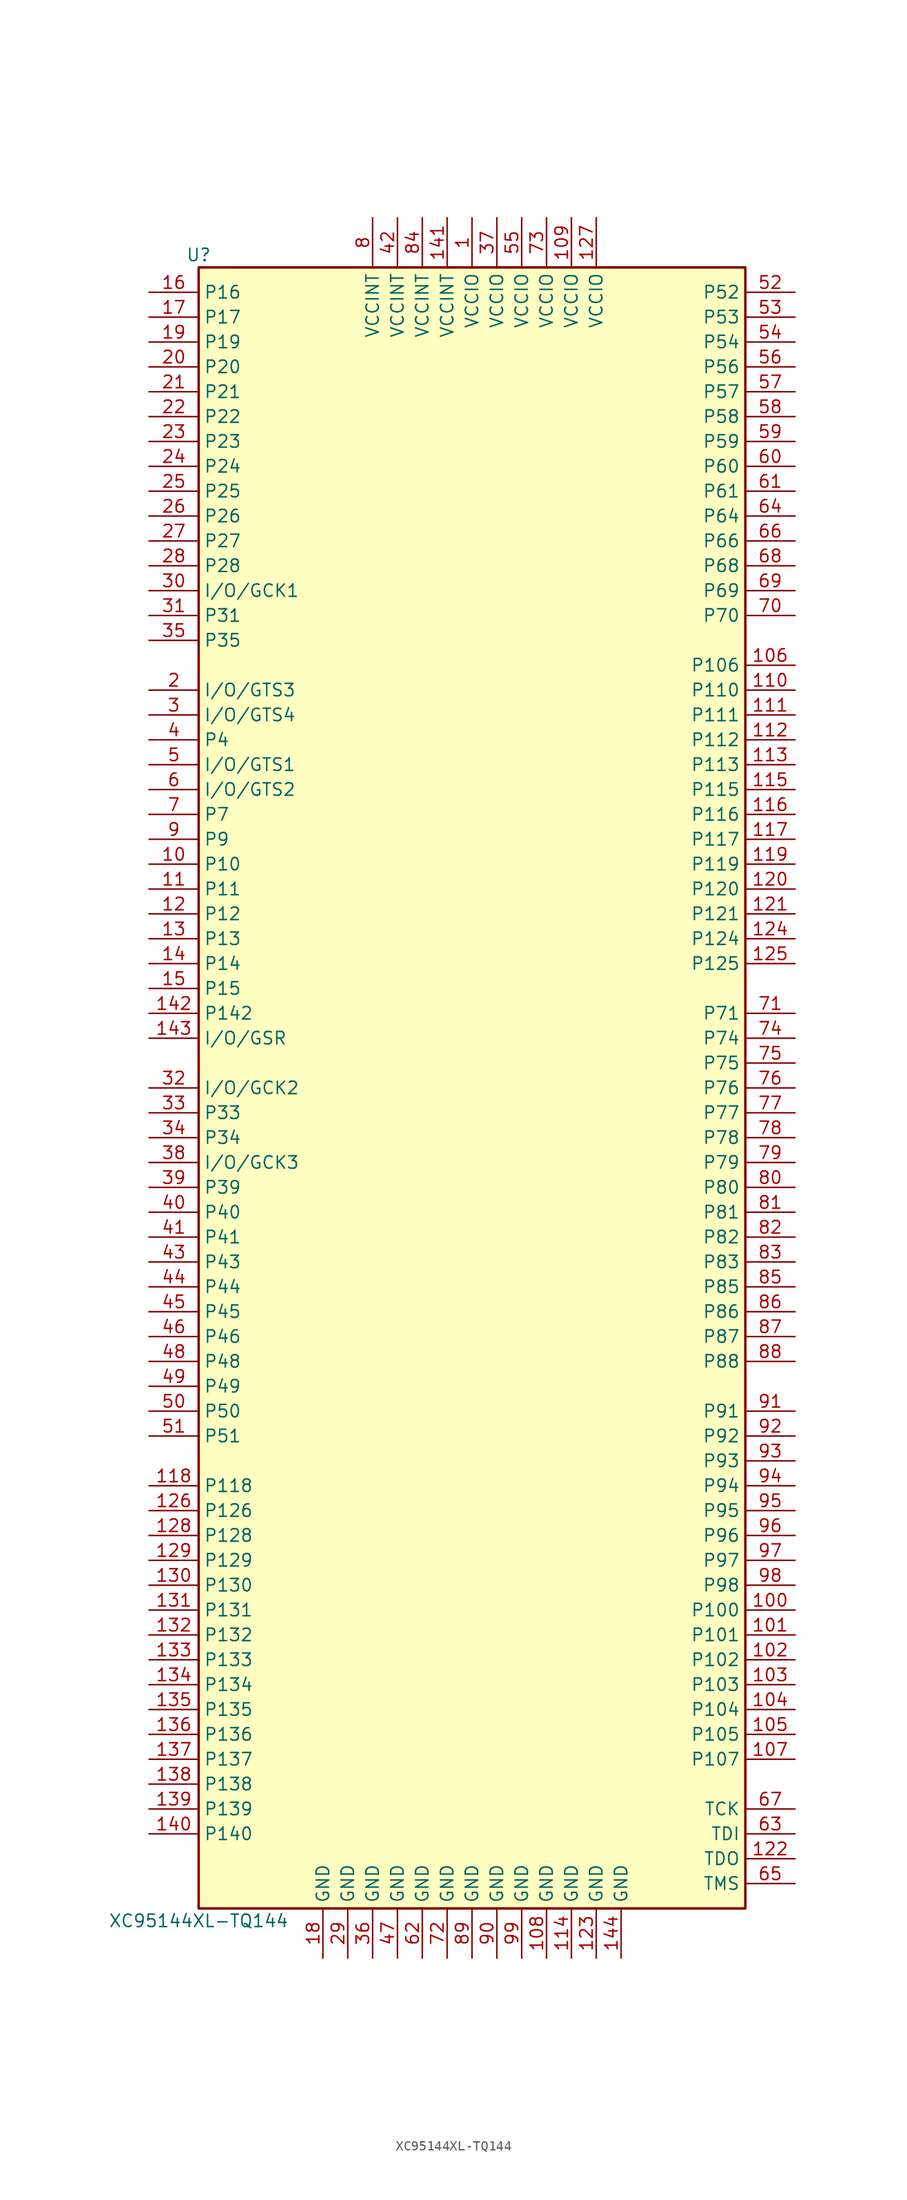
<source format=kicad_sym>
(kicad_symbol_lib
  (version 20241209)
  (generator "kicad_symbol_editor")
  (generator_version "9.0")
  (symbol "XC95144XL-TQ144"
    (property "Reference" "U"
      (at -27.94 85.09 0)
      (effects (font (size 1.27 1.27))))
    (property "Value" "XC95144XL-TQ144"
      (at -27.94 -85.09 0)
      (effects (font (size 1.27 1.27))))
    (symbol "XC95144XL-TQ144_1_1"
      (rectangle (start -27.94 83.82) (end 27.94 -83.82) (stroke (width 0.254) (type default)) (fill (type background)))
      (pin bidirectional line (at -33.02 81.28 0) (length 5.08) (name "P16" (effects (font (size 1.27 1.27)))) (number "16" (effects (font (size 1.27 1.27)))))
      (pin bidirectional line (at -33.02 78.74 0) (length 5.08) (name "P17" (effects (font (size 1.27 1.27)))) (number "17" (effects (font (size 1.27 1.27)))))
      (pin bidirectional line (at -33.02 76.2 0) (length 5.08) (name "P19" (effects (font (size 1.27 1.27)))) (number "19" (effects (font (size 1.27 1.27)))))
      (pin bidirectional line (at -33.02 73.66 0) (length 5.08) (name "P20" (effects (font (size 1.27 1.27)))) (number "20" (effects (font (size 1.27 1.27)))))
      (pin bidirectional line (at -33.02 71.12 0) (length 5.08) (name "P21" (effects (font (size 1.27 1.27)))) (number "21" (effects (font (size 1.27 1.27)))))
      (pin bidirectional line (at -33.02 68.58 0) (length 5.08) (name "P22" (effects (font (size 1.27 1.27)))) (number "22" (effects (font (size 1.27 1.27)))))
      (pin bidirectional line (at -33.02 66.04 0) (length 5.08) (name "P23" (effects (font (size 1.27 1.27)))) (number "23" (effects (font (size 1.27 1.27)))))
      (pin bidirectional line (at -33.02 63.5 0) (length 5.08) (name "P24" (effects (font (size 1.27 1.27)))) (number "24" (effects (font (size 1.27 1.27)))))
      (pin bidirectional line (at -33.02 60.96 0) (length 5.08) (name "P25" (effects (font (size 1.27 1.27)))) (number "25" (effects (font (size 1.27 1.27)))))
      (pin bidirectional line (at -33.02 58.42 0) (length 5.08) (name "P26" (effects (font (size 1.27 1.27)))) (number "26" (effects (font (size 1.27 1.27)))))
      (pin bidirectional line (at -33.02 55.88 0) (length 5.08) (name "P27" (effects (font (size 1.27 1.27)))) (number "27" (effects (font (size 1.27 1.27)))))
      (pin bidirectional line (at -33.02 53.34 0) (length 5.08) (name "P28" (effects (font (size 1.27 1.27)))) (number "28" (effects (font (size 1.27 1.27)))))
      (pin bidirectional line (at -33.02 50.8 0) (length 5.08) (name "I/O/GCK1" (effects (font (size 1.27 1.27)))) (number "30" (effects (font (size 1.27 1.27)))))
      (pin bidirectional line (at -33.02 48.26 0) (length 5.08) (name "P31" (effects (font (size 1.27 1.27)))) (number "31" (effects (font (size 1.27 1.27)))))
      (pin bidirectional line (at -33.02 45.72 0) (length 5.08) (name "P35" (effects (font (size 1.27 1.27)))) (number "35" (effects (font (size 1.27 1.27)))))
      (pin bidirectional line (at -33.02 40.64 0) (length 5.08) (name "I/O/GTS3" (effects (font (size 1.27 1.27)))) (number "2" (effects (font (size 1.27 1.27)))))
      (pin bidirectional line (at -33.02 38.1 0) (length 5.08) (name "I/O/GTS4" (effects (font (size 1.27 1.27)))) (number "3" (effects (font (size 1.27 1.27)))))
      (pin bidirectional line (at -33.02 35.56 0) (length 5.08) (name "P4" (effects (font (size 1.27 1.27)))) (number "4" (effects (font (size 1.27 1.27)))))
      (pin bidirectional line (at -33.02 33.02 0) (length 5.08) (name "I/O/GTS1" (effects (font (size 1.27 1.27)))) (number "5" (effects (font (size 1.27 1.27)))))
      (pin bidirectional line (at -33.02 30.48 0) (length 5.08) (name "I/O/GTS2" (effects (font (size 1.27 1.27)))) (number "6" (effects (font (size 1.27 1.27)))))
      (pin bidirectional line (at -33.02 27.94 0) (length 5.08) (name "P7" (effects (font (size 1.27 1.27)))) (number "7" (effects (font (size 1.27 1.27)))))
      (pin bidirectional line (at -33.02 25.4 0) (length 5.08) (name "P9" (effects (font (size 1.27 1.27)))) (number "9" (effects (font (size 1.27 1.27)))))
      (pin bidirectional line (at -33.02 22.86 0) (length 5.08) (name "P10" (effects (font (size 1.27 1.27)))) (number "10" (effects (font (size 1.27 1.27)))))
      (pin bidirectional line (at -33.02 20.32 0) (length 5.08) (name "P11" (effects (font (size 1.27 1.27)))) (number "11" (effects (font (size 1.27 1.27)))))
      (pin bidirectional line (at -33.02 17.78 0) (length 5.08) (name "P12" (effects (font (size 1.27 1.27)))) (number "12" (effects (font (size 1.27 1.27)))))
      (pin bidirectional line (at -33.02 15.24 0) (length 5.08) (name "P13" (effects (font (size 1.27 1.27)))) (number "13" (effects (font (size 1.27 1.27)))))
      (pin bidirectional line (at -33.02 12.7 0) (length 5.08) (name "P14" (effects (font (size 1.27 1.27)))) (number "14" (effects (font (size 1.27 1.27)))))
      (pin bidirectional line (at -33.02 10.16 0) (length 5.08) (name "P15" (effects (font (size 1.27 1.27)))) (number "15" (effects (font (size 1.27 1.27)))))
      (pin bidirectional line (at -33.02 7.62 0) (length 5.08) (name "P142" (effects (font (size 1.27 1.27)))) (number "142" (effects (font (size 1.27 1.27)))))
      (pin bidirectional line (at -33.02 5.08 0) (length 5.08) (name "I/O/GSR" (effects (font (size 1.27 1.27)))) (number "143" (effects (font (size 1.27 1.27)))))
      (pin bidirectional line (at -33.02 0 0) (length 5.08) (name "I/O/GCK2" (effects (font (size 1.27 1.27)))) (number "32" (effects (font (size 1.27 1.27)))))
      (pin bidirectional line (at -33.02 -2.54 0) (length 5.08) (name "P33" (effects (font (size 1.27 1.27)))) (number "33" (effects (font (size 1.27 1.27)))))
      (pin bidirectional line (at -33.02 -5.08 0) (length 5.08) (name "P34" (effects (font (size 1.27 1.27)))) (number "34" (effects (font (size 1.27 1.27)))))
      (pin bidirectional line (at -33.02 -7.62 0) (length 5.08) (name "I/O/GCK3" (effects (font (size 1.27 1.27)))) (number "38" (effects (font (size 1.27 1.27)))))
      (pin bidirectional line (at -33.02 -10.16 0) (length 5.08) (name "P39" (effects (font (size 1.27 1.27)))) (number "39" (effects (font (size 1.27 1.27)))))
      (pin bidirectional line (at -33.02 -12.7 0) (length 5.08) (name "P40" (effects (font (size 1.27 1.27)))) (number "40" (effects (font (size 1.27 1.27)))))
      (pin bidirectional line (at -33.02 -15.24 0) (length 5.08) (name "P41" (effects (font (size 1.27 1.27)))) (number "41" (effects (font (size 1.27 1.27)))))
      (pin bidirectional line (at -33.02 -17.78 0) (length 5.08) (name "P43" (effects (font (size 1.27 1.27)))) (number "43" (effects (font (size 1.27 1.27)))))
      (pin bidirectional line (at -33.02 -20.32 0) (length 5.08) (name "P44" (effects (font (size 1.27 1.27)))) (number "44" (effects (font (size 1.27 1.27)))))
      (pin bidirectional line (at -33.02 -22.86 0) (length 5.08) (name "P45" (effects (font (size 1.27 1.27)))) (number "45" (effects (font (size 1.27 1.27)))))
      (pin bidirectional line (at -33.02 -25.4 0) (length 5.08) (name "P46" (effects (font (size 1.27 1.27)))) (number "46" (effects (font (size 1.27 1.27)))))
      (pin bidirectional line (at -33.02 -27.94 0) (length 5.08) (name "P48" (effects (font (size 1.27 1.27)))) (number "48" (effects (font (size 1.27 1.27)))))
      (pin bidirectional line (at -33.02 -30.48 0) (length 5.08) (name "P49" (effects (font (size 1.27 1.27)))) (number "49" (effects (font (size 1.27 1.27)))))
      (pin bidirectional line (at -33.02 -33.02 0) (length 5.08) (name "P50" (effects (font (size 1.27 1.27)))) (number "50" (effects (font (size 1.27 1.27)))))
      (pin bidirectional line (at -33.02 -35.56 0) (length 5.08) (name "P51" (effects (font (size 1.27 1.27)))) (number "51" (effects (font (size 1.27 1.27)))))
      (pin bidirectional line (at -33.02 -40.64 0) (length 5.08) (name "P118" (effects (font (size 1.27 1.27)))) (number "118" (effects (font (size 1.27 1.27)))))
      (pin bidirectional line (at -33.02 -43.18 0) (length 5.08) (name "P126" (effects (font (size 1.27 1.27)))) (number "126" (effects (font (size 1.27 1.27)))))
      (pin bidirectional line (at -33.02 -45.72 0) (length 5.08) (name "P128" (effects (font (size 1.27 1.27)))) (number "128" (effects (font (size 1.27 1.27)))))
      (pin bidirectional line (at -33.02 -48.26 0) (length 5.08) (name "P129" (effects (font (size 1.27 1.27)))) (number "129" (effects (font (size 1.27 1.27)))))
      (pin bidirectional line (at -33.02 -50.8 0) (length 5.08) (name "P130" (effects (font (size 1.27 1.27)))) (number "130" (effects (font (size 1.27 1.27)))))
      (pin bidirectional line (at -33.02 -53.34 0) (length 5.08) (name "P131" (effects (font (size 1.27 1.27)))) (number "131" (effects (font (size 1.27 1.27)))))
      (pin bidirectional line (at -33.02 -55.88 0) (length 5.08) (name "P132" (effects (font (size 1.27 1.27)))) (number "132" (effects (font (size 1.27 1.27)))))
      (pin bidirectional line (at -33.02 -58.42 0) (length 5.08) (name "P133" (effects (font (size 1.27 1.27)))) (number "133" (effects (font (size 1.27 1.27)))))
      (pin bidirectional line (at -33.02 -60.96 0) (length 5.08) (name "P134" (effects (font (size 1.27 1.27)))) (number "134" (effects (font (size 1.27 1.27)))))
      (pin bidirectional line (at -33.02 -63.5 0) (length 5.08) (name "P135" (effects (font (size 1.27 1.27)))) (number "135" (effects (font (size 1.27 1.27)))))
      (pin bidirectional line (at -33.02 -66.04 0) (length 5.08) (name "P136" (effects (font (size 1.27 1.27)))) (number "136" (effects (font (size 1.27 1.27)))))
      (pin bidirectional line (at -33.02 -68.58 0) (length 5.08) (name "P137" (effects (font (size 1.27 1.27)))) (number "137" (effects (font (size 1.27 1.27)))))
      (pin bidirectional line (at -33.02 -71.12 0) (length 5.08) (name "P138" (effects (font (size 1.27 1.27)))) (number "138" (effects (font (size 1.27 1.27)))))
      (pin bidirectional line (at -33.02 -73.66 0) (length 5.08) (name "P139" (effects (font (size 1.27 1.27)))) (number "139" (effects (font (size 1.27 1.27)))))
      (pin bidirectional line (at -33.02 -76.2 0) (length 5.08) (name "P140" (effects (font (size 1.27 1.27)))) (number "140" (effects (font (size 1.27 1.27)))))
      (pin power_in line (at -15.24 -88.9 90) (length 5.08) (name "GND" (effects (font (size 1.27 1.27)))) (number "18" (effects (font (size 1.27 1.27)))))
      (pin power_in line (at -12.7 -88.9 90) (length 5.08) (name "GND" (effects (font (size 1.27 1.27)))) (number "29" (effects (font (size 1.27 1.27)))))
      (pin power_in line (at -10.16 88.9 270) (length 5.08) (name "VCCINT" (effects (font (size 1.27 1.27)))) (number "8" (effects (font (size 1.27 1.27)))))
      (pin power_in line (at -10.16 -88.9 90) (length 5.08) (name "GND" (effects (font (size 1.27 1.27)))) (number "36" (effects (font (size 1.27 1.27)))))
      (pin power_in line (at -7.62 88.9 270) (length 5.08) (name "VCCINT" (effects (font (size 1.27 1.27)))) (number "42" (effects (font (size 1.27 1.27)))))
      (pin power_in line (at -7.62 -88.9 90) (length 5.08) (name "GND" (effects (font (size 1.27 1.27)))) (number "47" (effects (font (size 1.27 1.27)))))
      (pin power_in line (at -5.08 88.9 270) (length 5.08) (name "VCCINT" (effects (font (size 1.27 1.27)))) (number "84" (effects (font (size 1.27 1.27)))))
      (pin power_in line (at -5.08 -88.9 90) (length 5.08) (name "GND" (effects (font (size 1.27 1.27)))) (number "62" (effects (font (size 1.27 1.27)))))
      (pin power_in line (at -2.54 88.9 270) (length 5.08) (name "VCCINT" (effects (font (size 1.27 1.27)))) (number "141" (effects (font (size 1.27 1.27)))))
      (pin power_in line (at -2.54 -88.9 90) (length 5.08) (name "GND" (effects (font (size 1.27 1.27)))) (number "72" (effects (font (size 1.27 1.27)))))
      (pin power_in line (at 0 88.9 270) (length 5.08) (name "VCCIO" (effects (font (size 1.27 1.27)))) (number "1" (effects (font (size 1.27 1.27)))))
      (pin power_in line (at 0 -88.9 90) (length 5.08) (name "GND" (effects (font (size 1.27 1.27)))) (number "89" (effects (font (size 1.27 1.27)))))
      (pin power_in line (at 2.54 88.9 270) (length 5.08) (name "VCCIO" (effects (font (size 1.27 1.27)))) (number "37" (effects (font (size 1.27 1.27)))))
      (pin power_in line (at 2.54 -88.9 90) (length 5.08) (name "GND" (effects (font (size 1.27 1.27)))) (number "90" (effects (font (size 1.27 1.27)))))
      (pin power_in line (at 5.08 88.9 270) (length 5.08) (name "VCCIO" (effects (font (size 1.27 1.27)))) (number "55" (effects (font (size 1.27 1.27)))))
      (pin power_in line (at 5.08 -88.9 90) (length 5.08) (name "GND" (effects (font (size 1.27 1.27)))) (number "99" (effects (font (size 1.27 1.27)))))
      (pin power_in line (at 7.62 88.9 270) (length 5.08) (name "VCCIO" (effects (font (size 1.27 1.27)))) (number "73" (effects (font (size 1.27 1.27)))))
      (pin power_in line (at 7.62 -88.9 90) (length 5.08) (name "GND" (effects (font (size 1.27 1.27)))) (number "108" (effects (font (size 1.27 1.27)))))
      (pin power_in line (at 10.16 88.9 270) (length 5.08) (name "VCCIO" (effects (font (size 1.27 1.27)))) (number "109" (effects (font (size 1.27 1.27)))))
      (pin power_in line (at 10.16 -88.9 90) (length 5.08) (name "GND" (effects (font (size 1.27 1.27)))) (number "114" (effects (font (size 1.27 1.27)))))
      (pin power_in line (at 12.7 88.9 270) (length 5.08) (name "VCCIO" (effects (font (size 1.27 1.27)))) (number "127" (effects (font (size 1.27 1.27)))))
      (pin power_in line (at 12.7 -88.9 90) (length 5.08) (name "GND" (effects (font (size 1.27 1.27)))) (number "123" (effects (font (size 1.27 1.27)))))
      (pin power_in line (at 15.24 -88.9 90) (length 5.08) (name "GND" (effects (font (size 1.27 1.27)))) (number "144" (effects (font (size 1.27 1.27)))))
      (pin bidirectional line (at 33.02 81.28 180) (length 5.08) (name "P52" (effects (font (size 1.27 1.27)))) (number "52" (effects (font (size 1.27 1.27)))))
      (pin bidirectional line (at 33.02 78.74 180) (length 5.08) (name "P53" (effects (font (size 1.27 1.27)))) (number "53" (effects (font (size 1.27 1.27)))))
      (pin bidirectional line (at 33.02 76.2 180) (length 5.08) (name "P54" (effects (font (size 1.27 1.27)))) (number "54" (effects (font (size 1.27 1.27)))))
      (pin bidirectional line (at 33.02 73.66 180) (length 5.08) (name "P56" (effects (font (size 1.27 1.27)))) (number "56" (effects (font (size 1.27 1.27)))))
      (pin bidirectional line (at 33.02 71.12 180) (length 5.08) (name "P57" (effects (font (size 1.27 1.27)))) (number "57" (effects (font (size 1.27 1.27)))))
      (pin bidirectional line (at 33.02 68.58 180) (length 5.08) (name "P58" (effects (font (size 1.27 1.27)))) (number "58" (effects (font (size 1.27 1.27)))))
      (pin bidirectional line (at 33.02 66.04 180) (length 5.08) (name "P59" (effects (font (size 1.27 1.27)))) (number "59" (effects (font (size 1.27 1.27)))))
      (pin bidirectional line (at 33.02 63.5 180) (length 5.08) (name "P60" (effects (font (size 1.27 1.27)))) (number "60" (effects (font (size 1.27 1.27)))))
      (pin bidirectional line (at 33.02 60.96 180) (length 5.08) (name "P61" (effects (font (size 1.27 1.27)))) (number "61" (effects (font (size 1.27 1.27)))))
      (pin bidirectional line (at 33.02 58.42 180) (length 5.08) (name "P64" (effects (font (size 1.27 1.27)))) (number "64" (effects (font (size 1.27 1.27)))))
      (pin bidirectional line (at 33.02 55.88 180) (length 5.08) (name "P66" (effects (font (size 1.27 1.27)))) (number "66" (effects (font (size 1.27 1.27)))))
      (pin bidirectional line (at 33.02 53.34 180) (length 5.08) (name "P68" (effects (font (size 1.27 1.27)))) (number "68" (effects (font (size 1.27 1.27)))))
      (pin bidirectional line (at 33.02 50.8 180) (length 5.08) (name "P69" (effects (font (size 1.27 1.27)))) (number "69" (effects (font (size 1.27 1.27)))))
      (pin bidirectional line (at 33.02 48.26 180) (length 5.08) (name "P70" (effects (font (size 1.27 1.27)))) (number "70" (effects (font (size 1.27 1.27)))))
      (pin bidirectional line (at 33.02 43.18 180) (length 5.08) (name "P106" (effects (font (size 1.27 1.27)))) (number "106" (effects (font (size 1.27 1.27)))))
      (pin bidirectional line (at 33.02 40.64 180) (length 5.08) (name "P110" (effects (font (size 1.27 1.27)))) (number "110" (effects (font (size 1.27 1.27)))))
      (pin bidirectional line (at 33.02 38.1 180) (length 5.08) (name "P111" (effects (font (size 1.27 1.27)))) (number "111" (effects (font (size 1.27 1.27)))))
      (pin bidirectional line (at 33.02 35.56 180) (length 5.08) (name "P112" (effects (font (size 1.27 1.27)))) (number "112" (effects (font (size 1.27 1.27)))))
      (pin bidirectional line (at 33.02 33.02 180) (length 5.08) (name "P113" (effects (font (size 1.27 1.27)))) (number "113" (effects (font (size 1.27 1.27)))))
      (pin bidirectional line (at 33.02 30.48 180) (length 5.08) (name "P115" (effects (font (size 1.27 1.27)))) (number "115" (effects (font (size 1.27 1.27)))))
      (pin bidirectional line (at 33.02 27.94 180) (length 5.08) (name "P116" (effects (font (size 1.27 1.27)))) (number "116" (effects (font (size 1.27 1.27)))))
      (pin bidirectional line (at 33.02 25.4 180) (length 5.08) (name "P117" (effects (font (size 1.27 1.27)))) (number "117" (effects (font (size 1.27 1.27)))))
      (pin bidirectional line (at 33.02 22.86 180) (length 5.08) (name "P119" (effects (font (size 1.27 1.27)))) (number "119" (effects (font (size 1.27 1.27)))))
      (pin bidirectional line (at 33.02 20.32 180) (length 5.08) (name "P120" (effects (font (size 1.27 1.27)))) (number "120" (effects (font (size 1.27 1.27)))))
      (pin bidirectional line (at 33.02 17.78 180) (length 5.08) (name "P121" (effects (font (size 1.27 1.27)))) (number "121" (effects (font (size 1.27 1.27)))))
      (pin bidirectional line (at 33.02 15.24 180) (length 5.08) (name "P124" (effects (font (size 1.27 1.27)))) (number "124" (effects (font (size 1.27 1.27)))))
      (pin bidirectional line (at 33.02 12.7 180) (length 5.08) (name "P125" (effects (font (size 1.27 1.27)))) (number "125" (effects (font (size 1.27 1.27)))))
      (pin bidirectional line (at 33.02 7.62 180) (length 5.08) (name "P71" (effects (font (size 1.27 1.27)))) (number "71" (effects (font (size 1.27 1.27)))))
      (pin bidirectional line (at 33.02 5.08 180) (length 5.08) (name "P74" (effects (font (size 1.27 1.27)))) (number "74" (effects (font (size 1.27 1.27)))))
      (pin bidirectional line (at 33.02 2.54 180) (length 5.08) (name "P75" (effects (font (size 1.27 1.27)))) (number "75" (effects (font (size 1.27 1.27)))))
      (pin bidirectional line (at 33.02 0 180) (length 5.08) (name "P76" (effects (font (size 1.27 1.27)))) (number "76" (effects (font (size 1.27 1.27)))))
      (pin bidirectional line (at 33.02 -2.54 180) (length 5.08) (name "P77" (effects (font (size 1.27 1.27)))) (number "77" (effects (font (size 1.27 1.27)))))
      (pin bidirectional line (at 33.02 -5.08 180) (length 5.08) (name "P78" (effects (font (size 1.27 1.27)))) (number "78" (effects (font (size 1.27 1.27)))))
      (pin bidirectional line (at 33.02 -7.62 180) (length 5.08) (name "P79" (effects (font (size 1.27 1.27)))) (number "79" (effects (font (size 1.27 1.27)))))
      (pin bidirectional line (at 33.02 -10.16 180) (length 5.08) (name "P80" (effects (font (size 1.27 1.27)))) (number "80" (effects (font (size 1.27 1.27)))))
      (pin bidirectional line (at 33.02 -12.7 180) (length 5.08) (name "P81" (effects (font (size 1.27 1.27)))) (number "81" (effects (font (size 1.27 1.27)))))
      (pin bidirectional line (at 33.02 -15.24 180) (length 5.08) (name "P82" (effects (font (size 1.27 1.27)))) (number "82" (effects (font (size 1.27 1.27)))))
      (pin bidirectional line (at 33.02 -17.78 180) (length 5.08) (name "P83" (effects (font (size 1.27 1.27)))) (number "83" (effects (font (size 1.27 1.27)))))
      (pin bidirectional line (at 33.02 -20.32 180) (length 5.08) (name "P85" (effects (font (size 1.27 1.27)))) (number "85" (effects (font (size 1.27 1.27)))))
      (pin bidirectional line (at 33.02 -22.86 180) (length 5.08) (name "P86" (effects (font (size 1.27 1.27)))) (number "86" (effects (font (size 1.27 1.27)))))
      (pin bidirectional line (at 33.02 -25.4 180) (length 5.08) (name "P87" (effects (font (size 1.27 1.27)))) (number "87" (effects (font (size 1.27 1.27)))))
      (pin bidirectional line (at 33.02 -27.94 180) (length 5.08) (name "P88" (effects (font (size 1.27 1.27)))) (number "88" (effects (font (size 1.27 1.27)))))
      (pin bidirectional line (at 33.02 -33.02 180) (length 5.08) (name "P91" (effects (font (size 1.27 1.27)))) (number "91" (effects (font (size 1.27 1.27)))))
      (pin bidirectional line (at 33.02 -35.56 180) (length 5.08) (name "P92" (effects (font (size 1.27 1.27)))) (number "92" (effects (font (size 1.27 1.27)))))
      (pin bidirectional line (at 33.02 -38.1 180) (length 5.08) (name "P93" (effects (font (size 1.27 1.27)))) (number "93" (effects (font (size 1.27 1.27)))))
      (pin bidirectional line (at 33.02 -40.64 180) (length 5.08) (name "P94" (effects (font (size 1.27 1.27)))) (number "94" (effects (font (size 1.27 1.27)))))
      (pin bidirectional line (at 33.02 -43.18 180) (length 5.08) (name "P95" (effects (font (size 1.27 1.27)))) (number "95" (effects (font (size 1.27 1.27)))))
      (pin bidirectional line (at 33.02 -45.72 180) (length 5.08) (name "P96" (effects (font (size 1.27 1.27)))) (number "96" (effects (font (size 1.27 1.27)))))
      (pin bidirectional line (at 33.02 -48.26 180) (length 5.08) (name "P97" (effects (font (size 1.27 1.27)))) (number "97" (effects (font (size 1.27 1.27)))))
      (pin bidirectional line (at 33.02 -50.8 180) (length 5.08) (name "P98" (effects (font (size 1.27 1.27)))) (number "98" (effects (font (size 1.27 1.27)))))
      (pin bidirectional line (at 33.02 -53.34 180) (length 5.08) (name "P100" (effects (font (size 1.27 1.27)))) (number "100" (effects (font (size 1.27 1.27)))))
      (pin bidirectional line (at 33.02 -55.88 180) (length 5.08) (name "P101" (effects (font (size 1.27 1.27)))) (number "101" (effects (font (size 1.27 1.27)))))
      (pin bidirectional line (at 33.02 -58.42 180) (length 5.08) (name "P102" (effects (font (size 1.27 1.27)))) (number "102" (effects (font (size 1.27 1.27)))))
      (pin bidirectional line (at 33.02 -60.96 180) (length 5.08) (name "P103" (effects (font (size 1.27 1.27)))) (number "103" (effects (font (size 1.27 1.27)))))
      (pin bidirectional line (at 33.02 -63.5 180) (length 5.08) (name "P104" (effects (font (size 1.27 1.27)))) (number "104" (effects (font (size 1.27 1.27)))))
      (pin bidirectional line (at 33.02 -66.04 180) (length 5.08) (name "P105" (effects (font (size 1.27 1.27)))) (number "105" (effects (font (size 1.27 1.27)))))
      (pin bidirectional line (at 33.02 -68.58 180) (length 5.08) (name "P107" (effects (font (size 1.27 1.27)))) (number "107" (effects (font (size 1.27 1.27)))))
      (pin bidirectional line (at 33.02 -73.66 180) (length 5.08) (name "TCK" (effects (font (size 1.27 1.27)))) (number "67" (effects (font (size 1.27 1.27)))))
      (pin bidirectional line (at 33.02 -76.2 180) (length 5.08) (name "TDI" (effects (font (size 1.27 1.27)))) (number "63" (effects (font (size 1.27 1.27)))))
      (pin bidirectional line (at 33.02 -78.74 180) (length 5.08) (name "TDO" (effects (font (size 1.27 1.27)))) (number "122" (effects (font (size 1.27 1.27)))))
      (pin bidirectional line (at 33.02 -81.28 180) (length 5.08) (name "TMS" (effects (font (size 1.27 1.27)))) (number "65" (effects (font (size 1.27 1.27))))))))
</source>
